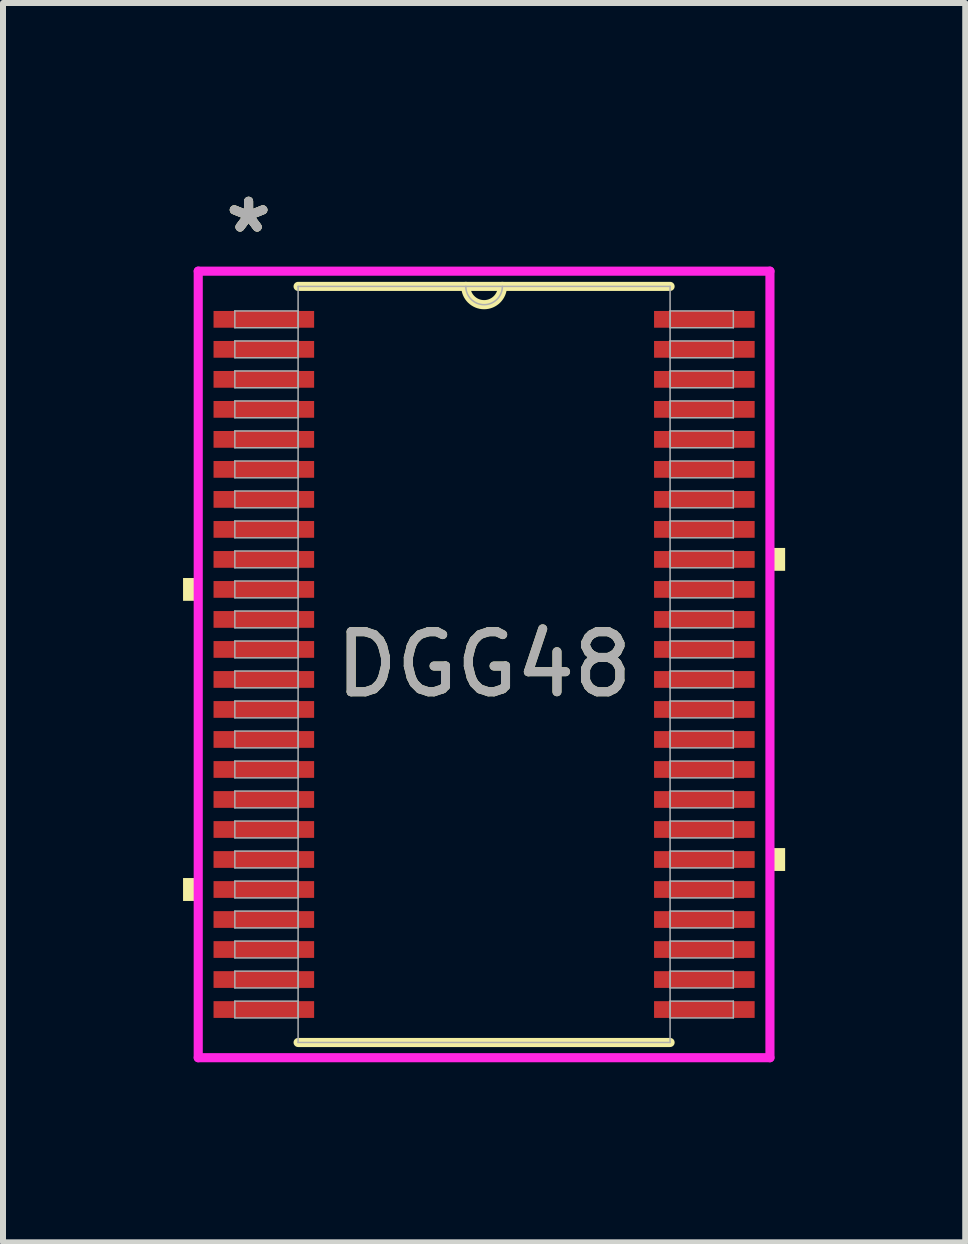
<source format=kicad_pcb>
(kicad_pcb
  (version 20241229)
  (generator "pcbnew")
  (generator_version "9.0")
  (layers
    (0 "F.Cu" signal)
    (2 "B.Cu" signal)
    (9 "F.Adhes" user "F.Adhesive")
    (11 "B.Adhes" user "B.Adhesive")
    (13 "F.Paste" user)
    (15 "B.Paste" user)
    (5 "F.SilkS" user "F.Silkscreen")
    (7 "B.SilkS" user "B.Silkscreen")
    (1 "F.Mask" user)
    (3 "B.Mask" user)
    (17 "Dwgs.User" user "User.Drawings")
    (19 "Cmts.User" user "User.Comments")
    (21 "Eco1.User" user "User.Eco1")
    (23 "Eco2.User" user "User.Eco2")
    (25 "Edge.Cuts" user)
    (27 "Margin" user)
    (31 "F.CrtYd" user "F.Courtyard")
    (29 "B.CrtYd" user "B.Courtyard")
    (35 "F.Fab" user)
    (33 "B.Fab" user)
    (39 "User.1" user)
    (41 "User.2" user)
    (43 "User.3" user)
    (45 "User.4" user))
  (footprint "DGG48"
    (layer "F.Cu")
    (at 5.016 8.021)
    (property "Reference" "DGG48" (at 0 0 0) (unlocked yes) (layer "F.SilkS") (effects (font (size 1 1) (thickness 0.15))))
    (attr smd)
    (fp_line (start -3.099 6.299) (end 3.099 6.299) (stroke (width 0.152) (type solid)) (layer "F.SilkS"))
    (fp_line (start 3.099 -6.299) (end -3.099 -6.299) (stroke (width 0.152) (type solid)) (layer "F.SilkS"))
    (fp_arc (start 0.3048 -6.2992) (mid 0 -5.9944) (end -0.3048 -6.2992) (stroke (width 0.1524) (type solid)) (layer "F.SilkS"))
    (fp_poly (pts (xy -5.016 -1.44) (xy -5.016 -1.06) (xy -4.763 -1.06) (xy -4.763 -1.44)) (stroke (width 0) (type solid)) (fill yes) (layer "F.SilkS"))
    (fp_poly (pts (xy -5.016 3.559) (xy -5.016 3.941) (xy -4.763 3.941) (xy -4.763 3.559)) (stroke (width 0) (type solid)) (fill yes) (layer "F.SilkS"))
    (fp_poly (pts (xy 5.016 -1.941) (xy 5.016 -1.56) (xy 4.763 -1.56) (xy 4.763 -1.941)) (stroke (width 0) (type solid)) (fill yes) (layer "F.SilkS"))
    (fp_poly (pts (xy 5.016 3.06) (xy 5.016 3.441) (xy 4.763 3.441) (xy 4.763 3.06)) (stroke (width 0) (type solid)) (fill yes) (layer "F.SilkS"))
    (fp_line (start -4.763 -6.553) (end 4.763 -6.553) (stroke (width 0.152) (type solid)) (layer "F.CrtYd"))
    (fp_line (start -4.763 6.553) (end -4.763 -6.553) (stroke (width 0.152) (type solid)) (layer "F.CrtYd"))
    (fp_line (start 4.763 -6.553) (end 4.763 6.553) (stroke (width 0.152) (type solid)) (layer "F.CrtYd"))
    (fp_line (start 4.763 6.553) (end -4.763 6.553) (stroke (width 0.152) (type solid)) (layer "F.CrtYd"))
    (fp_line (start -4.153 -5.89) (end -4.153 -5.61) (stroke (width 0.025) (type solid)) (layer "F.Fab"))
    (fp_line (start -4.153 -5.61) (end -3.099 -5.61) (stroke (width 0.025) (type solid)) (layer "F.Fab"))
    (fp_line (start -4.153 -5.39) (end -4.153 -5.11) (stroke (width 0.025) (type solid)) (layer "F.Fab"))
    (fp_line (start -4.153 -5.11) (end -3.099 -5.11) (stroke (width 0.025) (type solid)) (layer "F.Fab"))
    (fp_line (start -4.153 -4.89) (end -4.153 -4.61) (stroke (width 0.025) (type solid)) (layer "F.Fab"))
    (fp_line (start -4.153 -4.61) (end -3.099 -4.61) (stroke (width 0.025) (type solid)) (layer "F.Fab"))
    (fp_line (start -4.153 -4.39) (end -4.153 -4.11) (stroke (width 0.025) (type solid)) (layer "F.Fab"))
    (fp_line (start -4.153 -4.11) (end -3.099 -4.11) (stroke (width 0.025) (type solid)) (layer "F.Fab"))
    (fp_line (start -4.153 -3.89) (end -4.153 -3.61) (stroke (width 0.025) (type solid)) (layer "F.Fab"))
    (fp_line (start -4.153 -3.61) (end -3.099 -3.61) (stroke (width 0.025) (type solid)) (layer "F.Fab"))
    (fp_line (start -4.153 -3.39) (end -4.153 -3.11) (stroke (width 0.025) (type solid)) (layer "F.Fab"))
    (fp_line (start -4.153 -3.11) (end -3.099 -3.11) (stroke (width 0.025) (type solid)) (layer "F.Fab"))
    (fp_line (start -4.153 -2.89) (end -4.153 -2.61) (stroke (width 0.025) (type solid)) (layer "F.Fab"))
    (fp_line (start -4.153 -2.61) (end -3.099 -2.61) (stroke (width 0.025) (type solid)) (layer "F.Fab"))
    (fp_line (start -4.153 -2.39) (end -4.153 -2.11) (stroke (width 0.025) (type solid)) (layer "F.Fab"))
    (fp_line (start -4.153 -2.11) (end -3.099 -2.11) (stroke (width 0.025) (type solid)) (layer "F.Fab"))
    (fp_line (start -4.153 -1.89) (end -4.153 -1.61) (stroke (width 0.025) (type solid)) (layer "F.Fab"))
    (fp_line (start -4.153 -1.61) (end -3.099 -1.61) (stroke (width 0.025) (type solid)) (layer "F.Fab"))
    (fp_line (start -4.153 -1.39) (end -4.153 -1.11) (stroke (width 0.025) (type solid)) (layer "F.Fab"))
    (fp_line (start -4.153 -1.11) (end -3.099 -1.11) (stroke (width 0.025) (type solid)) (layer "F.Fab"))
    (fp_line (start -4.153 -0.89) (end -4.153 -0.61) (stroke (width 0.025) (type solid)) (layer "F.Fab"))
    (fp_line (start -4.153 -0.61) (end -3.099 -0.61) (stroke (width 0.025) (type solid)) (layer "F.Fab"))
    (fp_line (start -4.153 -0.39) (end -4.153 -0.11) (stroke (width 0.025) (type solid)) (layer "F.Fab"))
    (fp_line (start -4.153 -0.11) (end -3.099 -0.11) (stroke (width 0.025) (type solid)) (layer "F.Fab"))
    (fp_line (start -4.153 0.11) (end -4.153 0.39) (stroke (width 0.025) (type solid)) (layer "F.Fab"))
    (fp_line (start -4.153 0.39) (end -3.099 0.39) (stroke (width 0.025) (type solid)) (layer "F.Fab"))
    (fp_line (start -4.153 0.61) (end -4.153 0.89) (stroke (width 0.025) (type solid)) (layer "F.Fab"))
    (fp_line (start -4.153 0.89) (end -3.099 0.89) (stroke (width 0.025) (type solid)) (layer "F.Fab"))
    (fp_line (start -4.153 1.11) (end -4.153 1.39) (stroke (width 0.025) (type solid)) (layer "F.Fab"))
    (fp_line (start -4.153 1.39) (end -3.099 1.39) (stroke (width 0.025) (type solid)) (layer "F.Fab"))
    (fp_line (start -4.153 1.61) (end -4.153 1.89) (stroke (width 0.025) (type solid)) (layer "F.Fab"))
    (fp_line (start -4.153 1.89) (end -3.099 1.89) (stroke (width 0.025) (type solid)) (layer "F.Fab"))
    (fp_line (start -4.153 2.11) (end -4.153 2.39) (stroke (width 0.025) (type solid)) (layer "F.Fab"))
    (fp_line (start -4.153 2.39) (end -3.099 2.39) (stroke (width 0.025) (type solid)) (layer "F.Fab"))
    (fp_line (start -4.153 2.61) (end -4.153 2.89) (stroke (width 0.025) (type solid)) (layer "F.Fab"))
    (fp_line (start -4.153 2.89) (end -3.099 2.89) (stroke (width 0.025) (type solid)) (layer "F.Fab"))
    (fp_line (start -4.153 3.11) (end -4.153 3.39) (stroke (width 0.025) (type solid)) (layer "F.Fab"))
    (fp_line (start -4.153 3.39) (end -3.099 3.39) (stroke (width 0.025) (type solid)) (layer "F.Fab"))
    (fp_line (start -4.153 3.61) (end -4.153 3.89) (stroke (width 0.025) (type solid)) (layer "F.Fab"))
    (fp_line (start -4.153 3.89) (end -3.099 3.89) (stroke (width 0.025) (type solid)) (layer "F.Fab"))
    (fp_line (start -4.153 4.11) (end -4.153 4.39) (stroke (width 0.025) (type solid)) (layer "F.Fab"))
    (fp_line (start -4.153 4.39) (end -3.099 4.39) (stroke (width 0.025) (type solid)) (layer "F.Fab"))
    (fp_line (start -4.153 4.61) (end -4.153 4.89) (stroke (width 0.025) (type solid)) (layer "F.Fab"))
    (fp_line (start -4.153 4.89) (end -3.099 4.89) (stroke (width 0.025) (type solid)) (layer "F.Fab"))
    (fp_line (start -4.153 5.11) (end -4.153 5.39) (stroke (width 0.025) (type solid)) (layer "F.Fab"))
    (fp_line (start -4.153 5.39) (end -3.099 5.39) (stroke (width 0.025) (type solid)) (layer "F.Fab"))
    (fp_line (start -4.153 5.61) (end -4.153 5.89) (stroke (width 0.025) (type solid)) (layer "F.Fab"))
    (fp_line (start -4.153 5.89) (end -3.099 5.89) (stroke (width 0.025) (type solid)) (layer "F.Fab"))
    (fp_line (start -3.099 -6.299) (end -3.099 6.299) (stroke (width 0.025) (type solid)) (layer "F.Fab"))
    (fp_line (start -3.099 -5.89) (end -4.153 -5.89) (stroke (width 0.025) (type solid)) (layer "F.Fab"))
    (fp_line (start -3.099 -5.61) (end -3.099 -5.89) (stroke (width 0.025) (type solid)) (layer "F.Fab"))
    (fp_line (start -3.099 -5.39) (end -4.153 -5.39) (stroke (width 0.025) (type solid)) (layer "F.Fab"))
    (fp_line (start -3.099 -5.11) (end -3.099 -5.39) (stroke (width 0.025) (type solid)) (layer "F.Fab"))
    (fp_line (start -3.099 -4.89) (end -4.153 -4.89) (stroke (width 0.025) (type solid)) (layer "F.Fab"))
    (fp_line (start -3.099 -4.61) (end -3.099 -4.89) (stroke (width 0.025) (type solid)) (layer "F.Fab"))
    (fp_line (start -3.099 -4.39) (end -4.153 -4.39) (stroke (width 0.025) (type solid)) (layer "F.Fab"))
    (fp_line (start -3.099 -4.11) (end -3.099 -4.39) (stroke (width 0.025) (type solid)) (layer "F.Fab"))
    (fp_line (start -3.099 -3.89) (end -4.153 -3.89) (stroke (width 0.025) (type solid)) (layer "F.Fab"))
    (fp_line (start -3.099 -3.61) (end -3.099 -3.89) (stroke (width 0.025) (type solid)) (layer "F.Fab"))
    (fp_line (start -3.099 -3.39) (end -4.153 -3.39) (stroke (width 0.025) (type solid)) (layer "F.Fab"))
    (fp_line (start -3.099 -3.11) (end -3.099 -3.39) (stroke (width 0.025) (type solid)) (layer "F.Fab"))
    (fp_line (start -3.099 -2.89) (end -4.153 -2.89) (stroke (width 0.025) (type solid)) (layer "F.Fab"))
    (fp_line (start -3.099 -2.61) (end -3.099 -2.89) (stroke (width 0.025) (type solid)) (layer "F.Fab"))
    (fp_line (start -3.099 -2.39) (end -4.153 -2.39) (stroke (width 0.025) (type solid)) (layer "F.Fab"))
    (fp_line (start -3.099 -2.11) (end -3.099 -2.39) (stroke (width 0.025) (type solid)) (layer "F.Fab"))
    (fp_line (start -3.099 -1.89) (end -4.153 -1.89) (stroke (width 0.025) (type solid)) (layer "F.Fab"))
    (fp_line (start -3.099 -1.61) (end -3.099 -1.89) (stroke (width 0.025) (type solid)) (layer "F.Fab"))
    (fp_line (start -3.099 -1.39) (end -4.153 -1.39) (stroke (width 0.025) (type solid)) (layer "F.Fab"))
    (fp_line (start -3.099 -1.11) (end -3.099 -1.39) (stroke (width 0.025) (type solid)) (layer "F.Fab"))
    (fp_line (start -3.099 -0.89) (end -4.153 -0.89) (stroke (width 0.025) (type solid)) (layer "F.Fab"))
    (fp_line (start -3.099 -0.61) (end -3.099 -0.89) (stroke (width 0.025) (type solid)) (layer "F.Fab"))
    (fp_line (start -3.099 -0.39) (end -4.153 -0.39) (stroke (width 0.025) (type solid)) (layer "F.Fab"))
    (fp_line (start -3.099 -0.11) (end -3.099 -0.39) (stroke (width 0.025) (type solid)) (layer "F.Fab"))
    (fp_line (start -3.099 0.11) (end -4.153 0.11) (stroke (width 0.025) (type solid)) (layer "F.Fab"))
    (fp_line (start -3.099 0.39) (end -3.099 0.11) (stroke (width 0.025) (type solid)) (layer "F.Fab"))
    (fp_line (start -3.099 0.61) (end -4.153 0.61) (stroke (width 0.025) (type solid)) (layer "F.Fab"))
    (fp_line (start -3.099 0.89) (end -3.099 0.61) (stroke (width 0.025) (type solid)) (layer "F.Fab"))
    (fp_line (start -3.099 1.11) (end -4.153 1.11) (stroke (width 0.025) (type solid)) (layer "F.Fab"))
    (fp_line (start -3.099 1.39) (end -3.099 1.11) (stroke (width 0.025) (type solid)) (layer "F.Fab"))
    (fp_line (start -3.099 1.61) (end -4.153 1.61) (stroke (width 0.025) (type solid)) (layer "F.Fab"))
    (fp_line (start -3.099 1.89) (end -3.099 1.61) (stroke (width 0.025) (type solid)) (layer "F.Fab"))
    (fp_line (start -3.099 2.11) (end -4.153 2.11) (stroke (width 0.025) (type solid)) (layer "F.Fab"))
    (fp_line (start -3.099 2.39) (end -3.099 2.11) (stroke (width 0.025) (type solid)) (layer "F.Fab"))
    (fp_line (start -3.099 2.61) (end -4.153 2.61) (stroke (width 0.025) (type solid)) (layer "F.Fab"))
    (fp_line (start -3.099 2.89) (end -3.099 2.61) (stroke (width 0.025) (type solid)) (layer "F.Fab"))
    (fp_line (start -3.099 3.11) (end -4.153 3.11) (stroke (width 0.025) (type solid)) (layer "F.Fab"))
    (fp_line (start -3.099 3.39) (end -3.099 3.11) (stroke (width 0.025) (type solid)) (layer "F.Fab"))
    (fp_line (start -3.099 3.61) (end -4.153 3.61) (stroke (width 0.025) (type solid)) (layer "F.Fab"))
    (fp_line (start -3.099 3.89) (end -3.099 3.61) (stroke (width 0.025) (type solid)) (layer "F.Fab"))
    (fp_line (start -3.099 4.11) (end -4.153 4.11) (stroke (width 0.025) (type solid)) (layer "F.Fab"))
    (fp_line (start -3.099 4.39) (end -3.099 4.11) (stroke (width 0.025) (type solid)) (layer "F.Fab"))
    (fp_line (start -3.099 4.61) (end -4.153 4.61) (stroke (width 0.025) (type solid)) (layer "F.Fab"))
    (fp_line (start -3.099 4.89) (end -3.099 4.61) (stroke (width 0.025) (type solid)) (layer "F.Fab"))
    (fp_line (start -3.099 5.11) (end -4.153 5.11) (stroke (width 0.025) (type solid)) (layer "F.Fab"))
    (fp_line (start -3.099 5.39) (end -3.099 5.11) (stroke (width 0.025) (type solid)) (layer "F.Fab"))
    (fp_line (start -3.099 5.61) (end -4.153 5.61) (stroke (width 0.025) (type solid)) (layer "F.Fab"))
    (fp_line (start -3.099 5.89) (end -3.099 5.61) (stroke (width 0.025) (type solid)) (layer "F.Fab"))
    (fp_line (start -3.099 6.299) (end 3.099 6.299) (stroke (width 0.025) (type solid)) (layer "F.Fab"))
    (fp_line (start 3.099 -6.299) (end -3.099 -6.299) (stroke (width 0.025) (type solid)) (layer "F.Fab"))
    (fp_line (start 3.099 -5.89) (end 3.099 -5.61) (stroke (width 0.025) (type solid)) (layer "F.Fab"))
    (fp_line (start 3.099 -5.61) (end 4.153 -5.61) (stroke (width 0.025) (type solid)) (layer "F.Fab"))
    (fp_line (start 3.099 -5.39) (end 3.099 -5.11) (stroke (width 0.025) (type solid)) (layer "F.Fab"))
    (fp_line (start 3.099 -5.11) (end 4.153 -5.11) (stroke (width 0.025) (type solid)) (layer "F.Fab"))
    (fp_line (start 3.099 -4.89) (end 3.099 -4.61) (stroke (width 0.025) (type solid)) (layer "F.Fab"))
    (fp_line (start 3.099 -4.61) (end 4.153 -4.61) (stroke (width 0.025) (type solid)) (layer "F.Fab"))
    (fp_line (start 3.099 -4.39) (end 3.099 -4.11) (stroke (width 0.025) (type solid)) (layer "F.Fab"))
    (fp_line (start 3.099 -4.11) (end 4.153 -4.11) (stroke (width 0.025) (type solid)) (layer "F.Fab"))
    (fp_line (start 3.099 -3.89) (end 3.099 -3.61) (stroke (width 0.025) (type solid)) (layer "F.Fab"))
    (fp_line (start 3.099 -3.61) (end 4.153 -3.61) (stroke (width 0.025) (type solid)) (layer "F.Fab"))
    (fp_line (start 3.099 -3.39) (end 3.099 -3.11) (stroke (width 0.025) (type solid)) (layer "F.Fab"))
    (fp_line (start 3.099 -3.11) (end 4.153 -3.11) (stroke (width 0.025) (type solid)) (layer "F.Fab"))
    (fp_line (start 3.099 -2.89) (end 3.099 -2.61) (stroke (width 0.025) (type solid)) (layer "F.Fab"))
    (fp_line (start 3.099 -2.61) (end 4.153 -2.61) (stroke (width 0.025) (type solid)) (layer "F.Fab"))
    (fp_line (start 3.099 -2.39) (end 3.099 -2.11) (stroke (width 0.025) (type solid)) (layer "F.Fab"))
    (fp_line (start 3.099 -2.11) (end 4.153 -2.11) (stroke (width 0.025) (type solid)) (layer "F.Fab"))
    (fp_line (start 3.099 -1.89) (end 3.099 -1.61) (stroke (width 0.025) (type solid)) (layer "F.Fab"))
    (fp_line (start 3.099 -1.61) (end 4.153 -1.61) (stroke (width 0.025) (type solid)) (layer "F.Fab"))
    (fp_line (start 3.099 -1.39) (end 3.099 -1.11) (stroke (width 0.025) (type solid)) (layer "F.Fab"))
    (fp_line (start 3.099 -1.11) (end 4.153 -1.11) (stroke (width 0.025) (type solid)) (layer "F.Fab"))
    (fp_line (start 3.099 -0.89) (end 3.099 -0.61) (stroke (width 0.025) (type solid)) (layer "F.Fab"))
    (fp_line (start 3.099 -0.61) (end 4.153 -0.61) (stroke (width 0.025) (type solid)) (layer "F.Fab"))
    (fp_line (start 3.099 -0.39) (end 3.099 -0.11) (stroke (width 0.025) (type solid)) (layer "F.Fab"))
    (fp_line (start 3.099 -0.11) (end 4.153 -0.11) (stroke (width 0.025) (type solid)) (layer "F.Fab"))
    (fp_line (start 3.099 0.11) (end 3.099 0.39) (stroke (width 0.025) (type solid)) (layer "F.Fab"))
    (fp_line (start 3.099 0.39) (end 4.153 0.39) (stroke (width 0.025) (type solid)) (layer "F.Fab"))
    (fp_line (start 3.099 0.61) (end 3.099 0.89) (stroke (width 0.025) (type solid)) (layer "F.Fab"))
    (fp_line (start 3.099 0.89) (end 4.153 0.89) (stroke (width 0.025) (type solid)) (layer "F.Fab"))
    (fp_line (start 3.099 1.11) (end 3.099 1.39) (stroke (width 0.025) (type solid)) (layer "F.Fab"))
    (fp_line (start 3.099 1.39) (end 4.153 1.39) (stroke (width 0.025) (type solid)) (layer "F.Fab"))
    (fp_line (start 3.099 1.61) (end 3.099 1.89) (stroke (width 0.025) (type solid)) (layer "F.Fab"))
    (fp_line (start 3.099 1.89) (end 4.153 1.89) (stroke (width 0.025) (type solid)) (layer "F.Fab"))
    (fp_line (start 3.099 2.11) (end 3.099 2.39) (stroke (width 0.025) (type solid)) (layer "F.Fab"))
    (fp_line (start 3.099 2.39) (end 4.153 2.39) (stroke (width 0.025) (type solid)) (layer "F.Fab"))
    (fp_line (start 3.099 2.61) (end 3.099 2.89) (stroke (width 0.025) (type solid)) (layer "F.Fab"))
    (fp_line (start 3.099 2.89) (end 4.153 2.89) (stroke (width 0.025) (type solid)) (layer "F.Fab"))
    (fp_line (start 3.099 3.11) (end 3.099 3.39) (stroke (width 0.025) (type solid)) (layer "F.Fab"))
    (fp_line (start 3.099 3.39) (end 4.153 3.39) (stroke (width 0.025) (type solid)) (layer "F.Fab"))
    (fp_line (start 3.099 3.61) (end 3.099 3.89) (stroke (width 0.025) (type solid)) (layer "F.Fab"))
    (fp_line (start 3.099 3.89) (end 4.153 3.89) (stroke (width 0.025) (type solid)) (layer "F.Fab"))
    (fp_line (start 3.099 4.11) (end 3.099 4.39) (stroke (width 0.025) (type solid)) (layer "F.Fab"))
    (fp_line (start 3.099 4.39) (end 4.153 4.39) (stroke (width 0.025) (type solid)) (layer "F.Fab"))
    (fp_line (start 3.099 4.61) (end 3.099 4.89) (stroke (width 0.025) (type solid)) (layer "F.Fab"))
    (fp_line (start 3.099 4.89) (end 4.153 4.89) (stroke (width 0.025) (type solid)) (layer "F.Fab"))
    (fp_line (start 3.099 5.11) (end 3.099 5.39) (stroke (width 0.025) (type solid)) (layer "F.Fab"))
    (fp_line (start 3.099 5.39) (end 4.153 5.39) (stroke (width 0.025) (type solid)) (layer "F.Fab"))
    (fp_line (start 3.099 5.61) (end 3.099 5.89) (stroke (width 0.025) (type solid)) (layer "F.Fab"))
    (fp_line (start 3.099 5.89) (end 4.153 5.89) (stroke (width 0.025) (type solid)) (layer "F.Fab"))
    (fp_line (start 3.099 6.299) (end 3.099 -6.299) (stroke (width 0.025) (type solid)) (layer "F.Fab"))
    (fp_line (start 4.153 -5.89) (end 3.099 -5.89) (stroke (width 0.025) (type solid)) (layer "F.Fab"))
    (fp_line (start 4.153 -5.61) (end 4.153 -5.89) (stroke (width 0.025) (type solid)) (layer "F.Fab"))
    (fp_line (start 4.153 -5.39) (end 3.099 -5.39) (stroke (width 0.025) (type solid)) (layer "F.Fab"))
    (fp_line (start 4.153 -5.11) (end 4.153 -5.39) (stroke (width 0.025) (type solid)) (layer "F.Fab"))
    (fp_line (start 4.153 -4.89) (end 3.099 -4.89) (stroke (width 0.025) (type solid)) (layer "F.Fab"))
    (fp_line (start 4.153 -4.61) (end 4.153 -4.89) (stroke (width 0.025) (type solid)) (layer "F.Fab"))
    (fp_line (start 4.153 -4.39) (end 3.099 -4.39) (stroke (width 0.025) (type solid)) (layer "F.Fab"))
    (fp_line (start 4.153 -4.11) (end 4.153 -4.39) (stroke (width 0.025) (type solid)) (layer "F.Fab"))
    (fp_line (start 4.153 -3.89) (end 3.099 -3.89) (stroke (width 0.025) (type solid)) (layer "F.Fab"))
    (fp_line (start 4.153 -3.61) (end 4.153 -3.89) (stroke (width 0.025) (type solid)) (layer "F.Fab"))
    (fp_line (start 4.153 -3.39) (end 3.099 -3.39) (stroke (width 0.025) (type solid)) (layer "F.Fab"))
    (fp_line (start 4.153 -3.11) (end 4.153 -3.39) (stroke (width 0.025) (type solid)) (layer "F.Fab"))
    (fp_line (start 4.153 -2.89) (end 3.099 -2.89) (stroke (width 0.025) (type solid)) (layer "F.Fab"))
    (fp_line (start 4.153 -2.61) (end 4.153 -2.89) (stroke (width 0.025) (type solid)) (layer "F.Fab"))
    (fp_line (start 4.153 -2.39) (end 3.099 -2.39) (stroke (width 0.025) (type solid)) (layer "F.Fab"))
    (fp_line (start 4.153 -2.11) (end 4.153 -2.39) (stroke (width 0.025) (type solid)) (layer "F.Fab"))
    (fp_line (start 4.153 -1.89) (end 3.099 -1.89) (stroke (width 0.025) (type solid)) (layer "F.Fab"))
    (fp_line (start 4.153 -1.61) (end 4.153 -1.89) (stroke (width 0.025) (type solid)) (layer "F.Fab"))
    (fp_line (start 4.153 -1.39) (end 3.099 -1.39) (stroke (width 0.025) (type solid)) (layer "F.Fab"))
    (fp_line (start 4.153 -1.11) (end 4.153 -1.39) (stroke (width 0.025) (type solid)) (layer "F.Fab"))
    (fp_line (start 4.153 -0.89) (end 3.099 -0.89) (stroke (width 0.025) (type solid)) (layer "F.Fab"))
    (fp_line (start 4.153 -0.61) (end 4.153 -0.89) (stroke (width 0.025) (type solid)) (layer "F.Fab"))
    (fp_line (start 4.153 -0.39) (end 3.099 -0.39) (stroke (width 0.025) (type solid)) (layer "F.Fab"))
    (fp_line (start 4.153 -0.11) (end 4.153 -0.39) (stroke (width 0.025) (type solid)) (layer "F.Fab"))
    (fp_line (start 4.153 0.11) (end 3.099 0.11) (stroke (width 0.025) (type solid)) (layer "F.Fab"))
    (fp_line (start 4.153 0.39) (end 4.153 0.11) (stroke (width 0.025) (type solid)) (layer "F.Fab"))
    (fp_line (start 4.153 0.61) (end 3.099 0.61) (stroke (width 0.025) (type solid)) (layer "F.Fab"))
    (fp_line (start 4.153 0.89) (end 4.153 0.61) (stroke (width 0.025) (type solid)) (layer "F.Fab"))
    (fp_line (start 4.153 1.11) (end 3.099 1.11) (stroke (width 0.025) (type solid)) (layer "F.Fab"))
    (fp_line (start 4.153 1.39) (end 4.153 1.11) (stroke (width 0.025) (type solid)) (layer "F.Fab"))
    (fp_line (start 4.153 1.61) (end 3.099 1.61) (stroke (width 0.025) (type solid)) (layer "F.Fab"))
    (fp_line (start 4.153 1.89) (end 4.153 1.61) (stroke (width 0.025) (type solid)) (layer "F.Fab"))
    (fp_line (start 4.153 2.11) (end 3.099 2.11) (stroke (width 0.025) (type solid)) (layer "F.Fab"))
    (fp_line (start 4.153 2.39) (end 4.153 2.11) (stroke (width 0.025) (type solid)) (layer "F.Fab"))
    (fp_line (start 4.153 2.61) (end 3.099 2.61) (stroke (width 0.025) (type solid)) (layer "F.Fab"))
    (fp_line (start 4.153 2.89) (end 4.153 2.61) (stroke (width 0.025) (type solid)) (layer "F.Fab"))
    (fp_line (start 4.153 3.11) (end 3.099 3.11) (stroke (width 0.025) (type solid)) (layer "F.Fab"))
    (fp_line (start 4.153 3.39) (end 4.153 3.11) (stroke (width 0.025) (type solid)) (layer "F.Fab"))
    (fp_line (start 4.153 3.61) (end 3.099 3.61) (stroke (width 0.025) (type solid)) (layer "F.Fab"))
    (fp_line (start 4.153 3.89) (end 4.153 3.61) (stroke (width 0.025) (type solid)) (layer "F.Fab"))
    (fp_line (start 4.153 4.11) (end 3.099 4.11) (stroke (width 0.025) (type solid)) (layer "F.Fab"))
    (fp_line (start 4.153 4.39) (end 4.153 4.11) (stroke (width 0.025) (type solid)) (layer "F.Fab"))
    (fp_line (start 4.153 4.61) (end 3.099 4.61) (stroke (width 0.025) (type solid)) (layer "F.Fab"))
    (fp_line (start 4.153 4.89) (end 4.153 4.61) (stroke (width 0.025) (type solid)) (layer "F.Fab"))
    (fp_line (start 4.153 5.11) (end 3.099 5.11) (stroke (width 0.025) (type solid)) (layer "F.Fab"))
    (fp_line (start 4.153 5.39) (end 4.153 5.11) (stroke (width 0.025) (type solid)) (layer "F.Fab"))
    (fp_line (start 4.153 5.61) (end 3.099 5.61) (stroke (width 0.025) (type solid)) (layer "F.Fab"))
    (fp_line (start 4.153 5.89) (end 4.153 5.61) (stroke (width 0.025) (type solid)) (layer "F.Fab"))
    (fp_arc (start 0.3048 -6.2992) (mid 0 -5.9944) (end -0.3048 -6.2992) (stroke (width 0.0254) (type solid)) (layer "F.Fab"))
    (fp_text user "*" (at -3.924 -7.172 0) (unlocked yes) (layer "F.SilkS") (effects (font (size 1 1) (thickness 0.15))))
    (fp_text user "*" (at -3.924 -7.172 0) (layer "F.SilkS") (effects (font (size 1 1) (thickness 0.15))))
    (fp_text user "${REFERENCE}" (at 0 0 0) (unlocked yes) (layer "F.Fab") (effects (font (size 1 1) (thickness 0.15))))
    (fp_text user "*" (at -3.924 -7.172 0) (layer "F.Fab") (effects (font (size 1 1) (thickness 0.15))))
    (fp_text user "*" (at -3.924 -7.172 0) (unlocked yes) (layer "F.Fab") (effects (font (size 1 1) (thickness 0.15))))
    (pad "1" smd rect (at -3.67 -5.75) (size 1.676 0.279) (layers "F.Cu" "F.Mask" "F.Paste"))
    (pad "2" smd rect (at -3.67 -5.25) (size 1.676 0.279) (layers "F.Cu" "F.Mask" "F.Paste"))
    (pad "3" smd rect (at -3.67 -4.75) (size 1.676 0.279) (layers "F.Cu" "F.Mask" "F.Paste"))
    (pad "4" smd rect (at -3.67 -4.25) (size 1.676 0.279) (layers "F.Cu" "F.Mask" "F.Paste"))
    (pad "5" smd rect (at -3.67 -3.75) (size 1.676 0.279) (layers "F.Cu" "F.Mask" "F.Paste"))
    (pad "6" smd rect (at -3.67 -3.25) (size 1.676 0.279) (layers "F.Cu" "F.Mask" "F.Paste"))
    (pad "7" smd rect (at -3.67 -2.75) (size 1.676 0.279) (layers "F.Cu" "F.Mask" "F.Paste"))
    (pad "8" smd rect (at -3.67 -2.25) (size 1.676 0.279) (layers "F.Cu" "F.Mask" "F.Paste"))
    (pad "9" smd rect (at -3.67 -1.75) (size 1.676 0.279) (layers "F.Cu" "F.Mask" "F.Paste"))
    (pad "10" smd rect (at -3.67 -1.25) (size 1.676 0.279) (layers "F.Cu" "F.Mask" "F.Paste"))
    (pad "11" smd rect (at -3.67 -0.75) (size 1.676 0.279) (layers "F.Cu" "F.Mask" "F.Paste"))
    (pad "12" smd rect (at -3.67 -0.25) (size 1.676 0.279) (layers "F.Cu" "F.Mask" "F.Paste"))
    (pad "13" smd rect (at -3.67 0.25) (size 1.676 0.279) (layers "F.Cu" "F.Mask" "F.Paste"))
    (pad "14" smd rect (at -3.67 0.75) (size 1.676 0.279) (layers "F.Cu" "F.Mask" "F.Paste"))
    (pad "15" smd rect (at -3.67 1.25) (size 1.676 0.279) (layers "F.Cu" "F.Mask" "F.Paste"))
    (pad "16" smd rect (at -3.67 1.75) (size 1.676 0.279) (layers "F.Cu" "F.Mask" "F.Paste"))
    (pad "17" smd rect (at -3.67 2.25) (size 1.676 0.279) (layers "F.Cu" "F.Mask" "F.Paste"))
    (pad "18" smd rect (at -3.67 2.75) (size 1.676 0.279) (layers "F.Cu" "F.Mask" "F.Paste"))
    (pad "19" smd rect (at -3.67 3.25) (size 1.676 0.279) (layers "F.Cu" "F.Mask" "F.Paste"))
    (pad "20" smd rect (at -3.67 3.75) (size 1.676 0.279) (layers "F.Cu" "F.Mask" "F.Paste"))
    (pad "21" smd rect (at -3.67 4.25) (size 1.676 0.279) (layers "F.Cu" "F.Mask" "F.Paste"))
    (pad "22" smd rect (at -3.67 4.75) (size 1.676 0.279) (layers "F.Cu" "F.Mask" "F.Paste"))
    (pad "23" smd rect (at -3.67 5.25) (size 1.676 0.279) (layers "F.Cu" "F.Mask" "F.Paste"))
    (pad "24" smd rect (at -3.67 5.75) (size 1.676 0.279) (layers "F.Cu" "F.Mask" "F.Paste"))
    (pad "25" smd rect (at 3.67 5.75) (size 1.676 0.279) (layers "F.Cu" "F.Mask" "F.Paste"))
    (pad "26" smd rect (at 3.67 5.25) (size 1.676 0.279) (layers "F.Cu" "F.Mask" "F.Paste"))
    (pad "27" smd rect (at 3.67 4.75) (size 1.676 0.279) (layers "F.Cu" "F.Mask" "F.Paste"))
    (pad "28" smd rect (at 3.67 4.25) (size 1.676 0.279) (layers "F.Cu" "F.Mask" "F.Paste"))
    (pad "29" smd rect (at 3.67 3.75) (size 1.676 0.279) (layers "F.Cu" "F.Mask" "F.Paste"))
    (pad "30" smd rect (at 3.67 3.25) (size 1.676 0.279) (layers "F.Cu" "F.Mask" "F.Paste"))
    (pad "31" smd rect (at 3.67 2.75) (size 1.676 0.279) (layers "F.Cu" "F.Mask" "F.Paste"))
    (pad "32" smd rect (at 3.67 2.25) (size 1.676 0.279) (layers "F.Cu" "F.Mask" "F.Paste"))
    (pad "33" smd rect (at 3.67 1.75) (size 1.676 0.279) (layers "F.Cu" "F.Mask" "F.Paste"))
    (pad "34" smd rect (at 3.67 1.25) (size 1.676 0.279) (layers "F.Cu" "F.Mask" "F.Paste"))
    (pad "35" smd rect (at 3.67 0.75) (size 1.676 0.279) (layers "F.Cu" "F.Mask" "F.Paste"))
    (pad "36" smd rect (at 3.67 0.25) (size 1.676 0.279) (layers "F.Cu" "F.Mask" "F.Paste"))
    (pad "37" smd rect (at 3.67 -0.25) (size 1.676 0.279) (layers "F.Cu" "F.Mask" "F.Paste"))
    (pad "38" smd rect (at 3.67 -0.75) (size 1.676 0.279) (layers "F.Cu" "F.Mask" "F.Paste"))
    (pad "39" smd rect (at 3.67 -1.25) (size 1.676 0.279) (layers "F.Cu" "F.Mask" "F.Paste"))
    (pad "40" smd rect (at 3.67 -1.75) (size 1.676 0.279) (layers "F.Cu" "F.Mask" "F.Paste"))
    (pad "41" smd rect (at 3.67 -2.25) (size 1.676 0.279) (layers "F.Cu" "F.Mask" "F.Paste"))
    (pad "42" smd rect (at 3.67 -2.75) (size 1.676 0.279) (layers "F.Cu" "F.Mask" "F.Paste"))
    (pad "43" smd rect (at 3.67 -3.25) (size 1.676 0.279) (layers "F.Cu" "F.Mask" "F.Paste"))
    (pad "44" smd rect (at 3.67 -3.75) (size 1.676 0.279) (layers "F.Cu" "F.Mask" "F.Paste"))
    (pad "45" smd rect (at 3.67 -4.25) (size 1.676 0.279) (layers "F.Cu" "F.Mask" "F.Paste"))
    (pad "46" smd rect (at 3.67 -4.75) (size 1.676 0.279) (layers "F.Cu" "F.Mask" "F.Paste"))
    (pad "47" smd rect (at 3.67 -5.25) (size 1.676 0.279) (layers "F.Cu" "F.Mask" "F.Paste"))
    (pad "48" smd rect (at 3.67 -5.75) (size 1.676 0.279) (layers "F.Cu" "F.Mask" "F.Paste")))
  (gr_rect
    (start -3 -3)
    (end 13.033 17.65)
    (stroke (width 0.1) (type default))
    (fill no)
    (layer "Edge.Cuts")))
</source>
